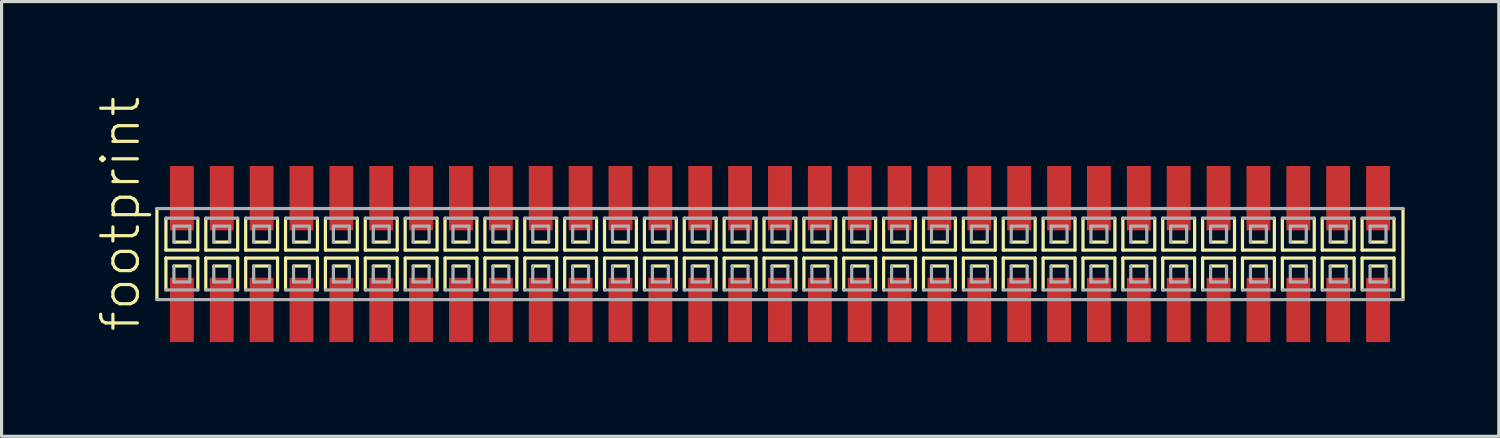
<source format=kicad_pcb>
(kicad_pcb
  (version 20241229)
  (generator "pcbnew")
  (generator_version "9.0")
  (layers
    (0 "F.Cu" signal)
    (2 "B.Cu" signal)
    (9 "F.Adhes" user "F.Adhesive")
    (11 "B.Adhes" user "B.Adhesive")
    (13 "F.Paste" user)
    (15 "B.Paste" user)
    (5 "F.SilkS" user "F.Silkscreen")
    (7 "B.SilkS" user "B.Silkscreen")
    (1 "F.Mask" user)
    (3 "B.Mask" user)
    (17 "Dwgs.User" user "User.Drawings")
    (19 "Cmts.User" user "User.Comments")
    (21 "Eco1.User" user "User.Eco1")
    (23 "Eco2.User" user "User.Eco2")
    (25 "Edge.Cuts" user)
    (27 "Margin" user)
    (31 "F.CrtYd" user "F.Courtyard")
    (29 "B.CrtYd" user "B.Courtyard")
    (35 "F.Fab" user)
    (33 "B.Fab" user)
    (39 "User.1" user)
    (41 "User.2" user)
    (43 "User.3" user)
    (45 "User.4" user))
  (footprint "footprint"
    (layer "F.Cu")
    (at 21.793 5.042)
    (property "Reference" "footprint" (at -20.32 2.54 90) (layer "F.SilkS") (effects (font (size 1.168 1.168) (thickness 0.102)) (justify left bottom)))
    (fp_line (start -19.845 -1.45) (end -19.845 1.45) (stroke (width 0.102) (type solid)) (layer "F.SilkS"))
    (fp_line (start -19.558 -1.143) (end -19.558 -0.127) (stroke (width 0.102) (type solid)) (layer "F.SilkS"))
    (fp_line (start -19.558 -0.127) (end -18.542 -0.127) (stroke (width 0.102) (type solid)) (layer "F.SilkS"))
    (fp_line (start -19.558 0.127) (end -19.558 1.143) (stroke (width 0.102) (type solid)) (layer "F.SilkS"))
    (fp_line (start -19.304 -0.381) (end -18.796 -0.381) (stroke (width 0.102) (type solid)) (layer "F.SilkS"))
    (fp_line (start -18.796 0.381) (end -19.304 0.381) (stroke (width 0.102) (type solid)) (layer "F.SilkS"))
    (fp_line (start -18.542 -0.127) (end -18.542 -1.143) (stroke (width 0.102) (type solid)) (layer "F.SilkS"))
    (fp_line (start -18.542 0.127) (end -19.558 0.127) (stroke (width 0.102) (type solid)) (layer "F.SilkS"))
    (fp_line (start -18.542 1.143) (end -18.542 0.127) (stroke (width 0.102) (type solid)) (layer "F.SilkS"))
    (fp_line (start -18.288 -1.143) (end -18.288 -0.127) (stroke (width 0.102) (type solid)) (layer "F.SilkS"))
    (fp_line (start -18.288 -0.127) (end -17.272 -0.127) (stroke (width 0.102) (type solid)) (layer "F.SilkS"))
    (fp_line (start -18.288 0.127) (end -18.288 1.143) (stroke (width 0.102) (type solid)) (layer "F.SilkS"))
    (fp_line (start -18.034 -0.381) (end -17.526 -0.381) (stroke (width 0.102) (type solid)) (layer "F.SilkS"))
    (fp_line (start -17.526 0.381) (end -18.034 0.381) (stroke (width 0.102) (type solid)) (layer "F.SilkS"))
    (fp_line (start -17.272 -0.127) (end -17.272 -1.143) (stroke (width 0.102) (type solid)) (layer "F.SilkS"))
    (fp_line (start -17.272 0.127) (end -18.288 0.127) (stroke (width 0.102) (type solid)) (layer "F.SilkS"))
    (fp_line (start -17.272 1.143) (end -17.272 0.127) (stroke (width 0.102) (type solid)) (layer "F.SilkS"))
    (fp_line (start -17.018 -1.143) (end -17.018 -0.127) (stroke (width 0.102) (type solid)) (layer "F.SilkS"))
    (fp_line (start -17.018 -0.127) (end -16.002 -0.127) (stroke (width 0.102) (type solid)) (layer "F.SilkS"))
    (fp_line (start -17.018 0.127) (end -17.018 1.143) (stroke (width 0.102) (type solid)) (layer "F.SilkS"))
    (fp_line (start -16.764 -0.381) (end -16.256 -0.381) (stroke (width 0.102) (type solid)) (layer "F.SilkS"))
    (fp_line (start -16.256 0.381) (end -16.764 0.381) (stroke (width 0.102) (type solid)) (layer "F.SilkS"))
    (fp_line (start -16.002 -0.127) (end -16.002 -1.143) (stroke (width 0.102) (type solid)) (layer "F.SilkS"))
    (fp_line (start -16.002 0.127) (end -17.018 0.127) (stroke (width 0.102) (type solid)) (layer "F.SilkS"))
    (fp_line (start -16.002 1.143) (end -16.002 0.127) (stroke (width 0.102) (type solid)) (layer "F.SilkS"))
    (fp_line (start -15.748 -1.143) (end -15.748 -0.127) (stroke (width 0.102) (type solid)) (layer "F.SilkS"))
    (fp_line (start -15.748 -0.127) (end -14.732 -0.127) (stroke (width 0.102) (type solid)) (layer "F.SilkS"))
    (fp_line (start -15.748 0.127) (end -15.748 1.143) (stroke (width 0.102) (type solid)) (layer "F.SilkS"))
    (fp_line (start -15.494 -0.381) (end -14.986 -0.381) (stroke (width 0.102) (type solid)) (layer "F.SilkS"))
    (fp_line (start -14.986 0.381) (end -15.494 0.381) (stroke (width 0.102) (type solid)) (layer "F.SilkS"))
    (fp_line (start -14.732 -0.127) (end -14.732 -1.143) (stroke (width 0.102) (type solid)) (layer "F.SilkS"))
    (fp_line (start -14.732 0.127) (end -15.748 0.127) (stroke (width 0.102) (type solid)) (layer "F.SilkS"))
    (fp_line (start -14.732 1.143) (end -14.732 0.127) (stroke (width 0.102) (type solid)) (layer "F.SilkS"))
    (fp_line (start -14.478 -1.143) (end -14.478 -0.127) (stroke (width 0.102) (type solid)) (layer "F.SilkS"))
    (fp_line (start -14.478 -0.127) (end -13.462 -0.127) (stroke (width 0.102) (type solid)) (layer "F.SilkS"))
    (fp_line (start -14.478 0.127) (end -14.478 1.143) (stroke (width 0.102) (type solid)) (layer "F.SilkS"))
    (fp_line (start -14.224 -0.381) (end -13.716 -0.381) (stroke (width 0.102) (type solid)) (layer "F.SilkS"))
    (fp_line (start -13.716 0.381) (end -14.224 0.381) (stroke (width 0.102) (type solid)) (layer "F.SilkS"))
    (fp_line (start -13.462 -0.127) (end -13.462 -1.143) (stroke (width 0.102) (type solid)) (layer "F.SilkS"))
    (fp_line (start -13.462 0.127) (end -14.478 0.127) (stroke (width 0.102) (type solid)) (layer "F.SilkS"))
    (fp_line (start -13.462 1.143) (end -13.462 0.127) (stroke (width 0.102) (type solid)) (layer "F.SilkS"))
    (fp_line (start -13.208 -1.143) (end -13.208 -0.127) (stroke (width 0.102) (type solid)) (layer "F.SilkS"))
    (fp_line (start -13.208 -0.127) (end -12.192 -0.127) (stroke (width 0.102) (type solid)) (layer "F.SilkS"))
    (fp_line (start -13.208 0.127) (end -13.208 1.143) (stroke (width 0.102) (type solid)) (layer "F.SilkS"))
    (fp_line (start -12.954 -0.381) (end -12.446 -0.381) (stroke (width 0.102) (type solid)) (layer "F.SilkS"))
    (fp_line (start -12.446 0.381) (end -12.954 0.381) (stroke (width 0.102) (type solid)) (layer "F.SilkS"))
    (fp_line (start -12.192 -0.127) (end -12.192 -1.143) (stroke (width 0.102) (type solid)) (layer "F.SilkS"))
    (fp_line (start -12.192 0.127) (end -13.208 0.127) (stroke (width 0.102) (type solid)) (layer "F.SilkS"))
    (fp_line (start -12.192 1.143) (end -12.192 0.127) (stroke (width 0.102) (type solid)) (layer "F.SilkS"))
    (fp_line (start -11.938 -1.143) (end -11.938 -0.127) (stroke (width 0.102) (type solid)) (layer "F.SilkS"))
    (fp_line (start -11.938 -0.127) (end -10.922 -0.127) (stroke (width 0.102) (type solid)) (layer "F.SilkS"))
    (fp_line (start -11.938 0.127) (end -11.938 1.143) (stroke (width 0.102) (type solid)) (layer "F.SilkS"))
    (fp_line (start -11.684 -0.381) (end -11.176 -0.381) (stroke (width 0.102) (type solid)) (layer "F.SilkS"))
    (fp_line (start -11.176 0.381) (end -11.684 0.381) (stroke (width 0.102) (type solid)) (layer "F.SilkS"))
    (fp_line (start -10.922 -0.127) (end -10.922 -1.143) (stroke (width 0.102) (type solid)) (layer "F.SilkS"))
    (fp_line (start -10.922 0.127) (end -11.938 0.127) (stroke (width 0.102) (type solid)) (layer "F.SilkS"))
    (fp_line (start -10.922 1.143) (end -10.922 0.127) (stroke (width 0.102) (type solid)) (layer "F.SilkS"))
    (fp_line (start -10.668 -1.143) (end -10.668 -0.127) (stroke (width 0.102) (type solid)) (layer "F.SilkS"))
    (fp_line (start -10.668 -0.127) (end -9.652 -0.127) (stroke (width 0.102) (type solid)) (layer "F.SilkS"))
    (fp_line (start -10.668 0.127) (end -10.668 1.143) (stroke (width 0.102) (type solid)) (layer "F.SilkS"))
    (fp_line (start -10.414 -0.381) (end -9.906 -0.381) (stroke (width 0.102) (type solid)) (layer "F.SilkS"))
    (fp_line (start -9.906 0.381) (end -10.414 0.381) (stroke (width 0.102) (type solid)) (layer "F.SilkS"))
    (fp_line (start -9.652 -0.127) (end -9.652 -1.143) (stroke (width 0.102) (type solid)) (layer "F.SilkS"))
    (fp_line (start -9.652 0.127) (end -10.668 0.127) (stroke (width 0.102) (type solid)) (layer "F.SilkS"))
    (fp_line (start -9.652 1.143) (end -9.652 0.127) (stroke (width 0.102) (type solid)) (layer "F.SilkS"))
    (fp_line (start -9.398 -1.143) (end -9.398 -0.127) (stroke (width 0.102) (type solid)) (layer "F.SilkS"))
    (fp_line (start -9.398 -0.127) (end -8.382 -0.127) (stroke (width 0.102) (type solid)) (layer "F.SilkS"))
    (fp_line (start -9.398 0.127) (end -9.398 1.143) (stroke (width 0.102) (type solid)) (layer "F.SilkS"))
    (fp_line (start -9.144 -0.381) (end -8.636 -0.381) (stroke (width 0.102) (type solid)) (layer "F.SilkS"))
    (fp_line (start -8.636 0.381) (end -9.144 0.381) (stroke (width 0.102) (type solid)) (layer "F.SilkS"))
    (fp_line (start -8.382 -0.127) (end -8.382 -1.143) (stroke (width 0.102) (type solid)) (layer "F.SilkS"))
    (fp_line (start -8.382 0.127) (end -9.398 0.127) (stroke (width 0.102) (type solid)) (layer "F.SilkS"))
    (fp_line (start -8.382 1.143) (end -8.382 0.127) (stroke (width 0.102) (type solid)) (layer "F.SilkS"))
    (fp_line (start -8.128 -1.143) (end -8.128 -0.127) (stroke (width 0.102) (type solid)) (layer "F.SilkS"))
    (fp_line (start -8.128 -0.127) (end -7.112 -0.127) (stroke (width 0.102) (type solid)) (layer "F.SilkS"))
    (fp_line (start -8.128 0.127) (end -8.128 1.143) (stroke (width 0.102) (type solid)) (layer "F.SilkS"))
    (fp_line (start -7.874 -0.381) (end -7.366 -0.381) (stroke (width 0.102) (type solid)) (layer "F.SilkS"))
    (fp_line (start -7.366 0.381) (end -7.874 0.381) (stroke (width 0.102) (type solid)) (layer "F.SilkS"))
    (fp_line (start -7.112 -0.127) (end -7.112 -1.143) (stroke (width 0.102) (type solid)) (layer "F.SilkS"))
    (fp_line (start -7.112 0.127) (end -8.128 0.127) (stroke (width 0.102) (type solid)) (layer "F.SilkS"))
    (fp_line (start -7.112 1.143) (end -7.112 0.127) (stroke (width 0.102) (type solid)) (layer "F.SilkS"))
    (fp_line (start -6.858 -1.143) (end -6.858 -0.127) (stroke (width 0.102) (type solid)) (layer "F.SilkS"))
    (fp_line (start -6.858 -0.127) (end -5.842 -0.127) (stroke (width 0.102) (type solid)) (layer "F.SilkS"))
    (fp_line (start -6.858 0.127) (end -6.858 1.143) (stroke (width 0.102) (type solid)) (layer "F.SilkS"))
    (fp_line (start -6.604 -0.381) (end -6.096 -0.381) (stroke (width 0.102) (type solid)) (layer "F.SilkS"))
    (fp_line (start -6.096 0.381) (end -6.604 0.381) (stroke (width 0.102) (type solid)) (layer "F.SilkS"))
    (fp_line (start -5.842 -0.127) (end -5.842 -1.143) (stroke (width 0.102) (type solid)) (layer "F.SilkS"))
    (fp_line (start -5.842 0.127) (end -6.858 0.127) (stroke (width 0.102) (type solid)) (layer "F.SilkS"))
    (fp_line (start -5.842 1.143) (end -5.842 0.127) (stroke (width 0.102) (type solid)) (layer "F.SilkS"))
    (fp_line (start -5.588 -1.143) (end -5.588 -0.127) (stroke (width 0.102) (type solid)) (layer "F.SilkS"))
    (fp_line (start -5.588 -0.127) (end -4.572 -0.127) (stroke (width 0.102) (type solid)) (layer "F.SilkS"))
    (fp_line (start -5.588 0.127) (end -5.588 1.143) (stroke (width 0.102) (type solid)) (layer "F.SilkS"))
    (fp_line (start -5.334 -0.381) (end -4.826 -0.381) (stroke (width 0.102) (type solid)) (layer "F.SilkS"))
    (fp_line (start -4.826 0.381) (end -5.334 0.381) (stroke (width 0.102) (type solid)) (layer "F.SilkS"))
    (fp_line (start -4.572 -0.127) (end -4.572 -1.143) (stroke (width 0.102) (type solid)) (layer "F.SilkS"))
    (fp_line (start -4.572 0.127) (end -5.588 0.127) (stroke (width 0.102) (type solid)) (layer "F.SilkS"))
    (fp_line (start -4.572 1.143) (end -4.572 0.127) (stroke (width 0.102) (type solid)) (layer "F.SilkS"))
    (fp_line (start -4.318 -1.143) (end -4.318 -0.127) (stroke (width 0.102) (type solid)) (layer "F.SilkS"))
    (fp_line (start -4.318 -0.127) (end -3.302 -0.127) (stroke (width 0.102) (type solid)) (layer "F.SilkS"))
    (fp_line (start -4.318 0.127) (end -4.318 1.143) (stroke (width 0.102) (type solid)) (layer "F.SilkS"))
    (fp_line (start -4.064 -0.381) (end -3.556 -0.381) (stroke (width 0.102) (type solid)) (layer "F.SilkS"))
    (fp_line (start -3.556 0.381) (end -4.064 0.381) (stroke (width 0.102) (type solid)) (layer "F.SilkS"))
    (fp_line (start -3.302 -0.127) (end -3.302 -1.143) (stroke (width 0.102) (type solid)) (layer "F.SilkS"))
    (fp_line (start -3.302 0.127) (end -4.318 0.127) (stroke (width 0.102) (type solid)) (layer "F.SilkS"))
    (fp_line (start -3.302 1.143) (end -3.302 0.127) (stroke (width 0.102) (type solid)) (layer "F.SilkS"))
    (fp_line (start -3.048 -1.143) (end -3.048 -0.127) (stroke (width 0.102) (type solid)) (layer "F.SilkS"))
    (fp_line (start -3.048 -0.127) (end -2.032 -0.127) (stroke (width 0.102) (type solid)) (layer "F.SilkS"))
    (fp_line (start -3.048 0.127) (end -3.048 1.143) (stroke (width 0.102) (type solid)) (layer "F.SilkS"))
    (fp_line (start -2.794 -0.381) (end -2.286 -0.381) (stroke (width 0.102) (type solid)) (layer "F.SilkS"))
    (fp_line (start -2.286 0.381) (end -2.794 0.381) (stroke (width 0.102) (type solid)) (layer "F.SilkS"))
    (fp_line (start -2.032 -0.127) (end -2.032 -1.143) (stroke (width 0.102) (type solid)) (layer "F.SilkS"))
    (fp_line (start -2.032 0.127) (end -3.048 0.127) (stroke (width 0.102) (type solid)) (layer "F.SilkS"))
    (fp_line (start -2.032 1.143) (end -2.032 0.127) (stroke (width 0.102) (type solid)) (layer "F.SilkS"))
    (fp_line (start -1.778 -1.143) (end -1.778 -0.127) (stroke (width 0.102) (type solid)) (layer "F.SilkS"))
    (fp_line (start -1.778 -0.127) (end -0.762 -0.127) (stroke (width 0.102) (type solid)) (layer "F.SilkS"))
    (fp_line (start -1.778 0.127) (end -1.778 1.143) (stroke (width 0.102) (type solid)) (layer "F.SilkS"))
    (fp_line (start -1.524 -0.381) (end -1.016 -0.381) (stroke (width 0.102) (type solid)) (layer "F.SilkS"))
    (fp_line (start -1.016 0.381) (end -1.524 0.381) (stroke (width 0.102) (type solid)) (layer "F.SilkS"))
    (fp_line (start -0.762 -0.127) (end -0.762 -1.143) (stroke (width 0.102) (type solid)) (layer "F.SilkS"))
    (fp_line (start -0.762 0.127) (end -1.778 0.127) (stroke (width 0.102) (type solid)) (layer "F.SilkS"))
    (fp_line (start -0.762 1.143) (end -0.762 0.127) (stroke (width 0.102) (type solid)) (layer "F.SilkS"))
    (fp_line (start -0.508 -1.143) (end -0.508 -0.127) (stroke (width 0.102) (type solid)) (layer "F.SilkS"))
    (fp_line (start -0.508 -0.127) (end 0.508 -0.127) (stroke (width 0.102) (type solid)) (layer "F.SilkS"))
    (fp_line (start -0.508 0.127) (end -0.508 1.143) (stroke (width 0.102) (type solid)) (layer "F.SilkS"))
    (fp_line (start -0.254 -0.381) (end 0.254 -0.381) (stroke (width 0.102) (type solid)) (layer "F.SilkS"))
    (fp_line (start 0.254 0.381) (end -0.254 0.381) (stroke (width 0.102) (type solid)) (layer "F.SilkS"))
    (fp_line (start 0.508 -0.127) (end 0.508 -1.143) (stroke (width 0.102) (type solid)) (layer "F.SilkS"))
    (fp_line (start 0.508 0.127) (end -0.508 0.127) (stroke (width 0.102) (type solid)) (layer "F.SilkS"))
    (fp_line (start 0.508 1.143) (end 0.508 0.127) (stroke (width 0.102) (type solid)) (layer "F.SilkS"))
    (fp_line (start 0.762 -1.143) (end 0.762 -0.127) (stroke (width 0.102) (type solid)) (layer "F.SilkS"))
    (fp_line (start 0.762 -0.127) (end 1.778 -0.127) (stroke (width 0.102) (type solid)) (layer "F.SilkS"))
    (fp_line (start 0.762 0.127) (end 0.762 1.143) (stroke (width 0.102) (type solid)) (layer "F.SilkS"))
    (fp_line (start 1.016 -0.381) (end 1.524 -0.381) (stroke (width 0.102) (type solid)) (layer "F.SilkS"))
    (fp_line (start 1.524 0.381) (end 1.016 0.381) (stroke (width 0.102) (type solid)) (layer "F.SilkS"))
    (fp_line (start 1.778 -0.127) (end 1.778 -1.143) (stroke (width 0.102) (type solid)) (layer "F.SilkS"))
    (fp_line (start 1.778 0.127) (end 0.762 0.127) (stroke (width 0.102) (type solid)) (layer "F.SilkS"))
    (fp_line (start 1.778 1.143) (end 1.778 0.127) (stroke (width 0.102) (type solid)) (layer "F.SilkS"))
    (fp_line (start 2.032 -1.143) (end 2.032 -0.127) (stroke (width 0.102) (type solid)) (layer "F.SilkS"))
    (fp_line (start 2.032 -0.127) (end 3.048 -0.127) (stroke (width 0.102) (type solid)) (layer "F.SilkS"))
    (fp_line (start 2.032 0.127) (end 2.032 1.143) (stroke (width 0.102) (type solid)) (layer "F.SilkS"))
    (fp_line (start 2.286 -0.381) (end 2.794 -0.381) (stroke (width 0.102) (type solid)) (layer "F.SilkS"))
    (fp_line (start 2.794 0.381) (end 2.286 0.381) (stroke (width 0.102) (type solid)) (layer "F.SilkS"))
    (fp_line (start 3.048 -0.127) (end 3.048 -1.143) (stroke (width 0.102) (type solid)) (layer "F.SilkS"))
    (fp_line (start 3.048 0.127) (end 2.032 0.127) (stroke (width 0.102) (type solid)) (layer "F.SilkS"))
    (fp_line (start 3.048 1.143) (end 3.048 0.127) (stroke (width 0.102) (type solid)) (layer "F.SilkS"))
    (fp_line (start 3.302 -1.143) (end 3.302 -0.127) (stroke (width 0.102) (type solid)) (layer "F.SilkS"))
    (fp_line (start 3.302 -0.127) (end 4.318 -0.127) (stroke (width 0.102) (type solid)) (layer "F.SilkS"))
    (fp_line (start 3.302 0.127) (end 3.302 1.143) (stroke (width 0.102) (type solid)) (layer "F.SilkS"))
    (fp_line (start 3.556 -0.381) (end 4.064 -0.381) (stroke (width 0.102) (type solid)) (layer "F.SilkS"))
    (fp_line (start 4.064 0.381) (end 3.556 0.381) (stroke (width 0.102) (type solid)) (layer "F.SilkS"))
    (fp_line (start 4.318 -0.127) (end 4.318 -1.143) (stroke (width 0.102) (type solid)) (layer "F.SilkS"))
    (fp_line (start 4.318 0.127) (end 3.302 0.127) (stroke (width 0.102) (type solid)) (layer "F.SilkS"))
    (fp_line (start 4.318 1.143) (end 4.318 0.127) (stroke (width 0.102) (type solid)) (layer "F.SilkS"))
    (fp_line (start 4.572 -1.143) (end 4.572 -0.127) (stroke (width 0.102) (type solid)) (layer "F.SilkS"))
    (fp_line (start 4.572 -0.127) (end 5.588 -0.127) (stroke (width 0.102) (type solid)) (layer "F.SilkS"))
    (fp_line (start 4.572 0.127) (end 4.572 1.143) (stroke (width 0.102) (type solid)) (layer "F.SilkS"))
    (fp_line (start 4.826 -0.381) (end 5.334 -0.381) (stroke (width 0.102) (type solid)) (layer "F.SilkS"))
    (fp_line (start 5.334 0.381) (end 4.826 0.381) (stroke (width 0.102) (type solid)) (layer "F.SilkS"))
    (fp_line (start 5.588 -0.127) (end 5.588 -1.143) (stroke (width 0.102) (type solid)) (layer "F.SilkS"))
    (fp_line (start 5.588 0.127) (end 4.572 0.127) (stroke (width 0.102) (type solid)) (layer "F.SilkS"))
    (fp_line (start 5.588 1.143) (end 5.588 0.127) (stroke (width 0.102) (type solid)) (layer "F.SilkS"))
    (fp_line (start 5.842 -1.143) (end 5.842 -0.127) (stroke (width 0.102) (type solid)) (layer "F.SilkS"))
    (fp_line (start 5.842 -0.127) (end 6.858 -0.127) (stroke (width 0.102) (type solid)) (layer "F.SilkS"))
    (fp_line (start 5.842 0.127) (end 5.842 1.143) (stroke (width 0.102) (type solid)) (layer "F.SilkS"))
    (fp_line (start 6.096 -0.381) (end 6.604 -0.381) (stroke (width 0.102) (type solid)) (layer "F.SilkS"))
    (fp_line (start 6.604 0.381) (end 6.096 0.381) (stroke (width 0.102) (type solid)) (layer "F.SilkS"))
    (fp_line (start 6.858 -0.127) (end 6.858 -1.143) (stroke (width 0.102) (type solid)) (layer "F.SilkS"))
    (fp_line (start 6.858 0.127) (end 5.842 0.127) (stroke (width 0.102) (type solid)) (layer "F.SilkS"))
    (fp_line (start 6.858 1.143) (end 6.858 0.127) (stroke (width 0.102) (type solid)) (layer "F.SilkS"))
    (fp_line (start 7.112 -1.143) (end 7.112 -0.127) (stroke (width 0.102) (type solid)) (layer "F.SilkS"))
    (fp_line (start 7.112 -0.127) (end 8.128 -0.127) (stroke (width 0.102) (type solid)) (layer "F.SilkS"))
    (fp_line (start 7.112 0.127) (end 7.112 1.143) (stroke (width 0.102) (type solid)) (layer "F.SilkS"))
    (fp_line (start 7.366 -0.381) (end 7.874 -0.381) (stroke (width 0.102) (type solid)) (layer "F.SilkS"))
    (fp_line (start 7.874 0.381) (end 7.366 0.381) (stroke (width 0.102) (type solid)) (layer "F.SilkS"))
    (fp_line (start 8.128 -0.127) (end 8.128 -1.143) (stroke (width 0.102) (type solid)) (layer "F.SilkS"))
    (fp_line (start 8.128 0.127) (end 7.112 0.127) (stroke (width 0.102) (type solid)) (layer "F.SilkS"))
    (fp_line (start 8.128 1.143) (end 8.128 0.127) (stroke (width 0.102) (type solid)) (layer "F.SilkS"))
    (fp_line (start 8.382 -1.143) (end 8.382 -0.127) (stroke (width 0.102) (type solid)) (layer "F.SilkS"))
    (fp_line (start 8.382 -0.127) (end 9.398 -0.127) (stroke (width 0.102) (type solid)) (layer "F.SilkS"))
    (fp_line (start 8.382 0.127) (end 8.382 1.143) (stroke (width 0.102) (type solid)) (layer "F.SilkS"))
    (fp_line (start 8.636 -0.381) (end 9.144 -0.381) (stroke (width 0.102) (type solid)) (layer "F.SilkS"))
    (fp_line (start 9.144 0.381) (end 8.636 0.381) (stroke (width 0.102) (type solid)) (layer "F.SilkS"))
    (fp_line (start 9.398 -0.127) (end 9.398 -1.143) (stroke (width 0.102) (type solid)) (layer "F.SilkS"))
    (fp_line (start 9.398 0.127) (end 8.382 0.127) (stroke (width 0.102) (type solid)) (layer "F.SilkS"))
    (fp_line (start 9.398 1.143) (end 9.398 0.127) (stroke (width 0.102) (type solid)) (layer "F.SilkS"))
    (fp_line (start 9.652 -1.143) (end 9.652 -0.127) (stroke (width 0.102) (type solid)) (layer "F.SilkS"))
    (fp_line (start 9.652 -0.127) (end 10.668 -0.127) (stroke (width 0.102) (type solid)) (layer "F.SilkS"))
    (fp_line (start 9.652 0.127) (end 9.652 1.143) (stroke (width 0.102) (type solid)) (layer "F.SilkS"))
    (fp_line (start 9.906 -0.381) (end 10.414 -0.381) (stroke (width 0.102) (type solid)) (layer "F.SilkS"))
    (fp_line (start 10.414 0.381) (end 9.906 0.381) (stroke (width 0.102) (type solid)) (layer "F.SilkS"))
    (fp_line (start 10.668 -0.127) (end 10.668 -1.143) (stroke (width 0.102) (type solid)) (layer "F.SilkS"))
    (fp_line (start 10.668 0.127) (end 9.652 0.127) (stroke (width 0.102) (type solid)) (layer "F.SilkS"))
    (fp_line (start 10.668 1.143) (end 10.668 0.127) (stroke (width 0.102) (type solid)) (layer "F.SilkS"))
    (fp_line (start 10.922 -1.143) (end 10.922 -0.127) (stroke (width 0.102) (type solid)) (layer "F.SilkS"))
    (fp_line (start 10.922 -0.127) (end 11.938 -0.127) (stroke (width 0.102) (type solid)) (layer "F.SilkS"))
    (fp_line (start 10.922 0.127) (end 10.922 1.143) (stroke (width 0.102) (type solid)) (layer "F.SilkS"))
    (fp_line (start 11.176 -0.381) (end 11.684 -0.381) (stroke (width 0.102) (type solid)) (layer "F.SilkS"))
    (fp_line (start 11.684 0.381) (end 11.176 0.381) (stroke (width 0.102) (type solid)) (layer "F.SilkS"))
    (fp_line (start 11.938 -0.127) (end 11.938 -1.143) (stroke (width 0.102) (type solid)) (layer "F.SilkS"))
    (fp_line (start 11.938 0.127) (end 10.922 0.127) (stroke (width 0.102) (type solid)) (layer "F.SilkS"))
    (fp_line (start 11.938 1.143) (end 11.938 0.127) (stroke (width 0.102) (type solid)) (layer "F.SilkS"))
    (fp_line (start 12.192 -1.143) (end 12.192 -0.127) (stroke (width 0.102) (type solid)) (layer "F.SilkS"))
    (fp_line (start 12.192 -0.127) (end 13.208 -0.127) (stroke (width 0.102) (type solid)) (layer "F.SilkS"))
    (fp_line (start 12.192 0.127) (end 12.192 1.143) (stroke (width 0.102) (type solid)) (layer "F.SilkS"))
    (fp_line (start 12.446 -0.381) (end 12.954 -0.381) (stroke (width 0.102) (type solid)) (layer "F.SilkS"))
    (fp_line (start 12.954 0.381) (end 12.446 0.381) (stroke (width 0.102) (type solid)) (layer "F.SilkS"))
    (fp_line (start 13.208 -0.127) (end 13.208 -1.143) (stroke (width 0.102) (type solid)) (layer "F.SilkS"))
    (fp_line (start 13.208 0.127) (end 12.192 0.127) (stroke (width 0.102) (type solid)) (layer "F.SilkS"))
    (fp_line (start 13.208 1.143) (end 13.208 0.127) (stroke (width 0.102) (type solid)) (layer "F.SilkS"))
    (fp_line (start 13.462 -1.143) (end 13.462 -0.127) (stroke (width 0.102) (type solid)) (layer "F.SilkS"))
    (fp_line (start 13.462 -0.127) (end 14.478 -0.127) (stroke (width 0.102) (type solid)) (layer "F.SilkS"))
    (fp_line (start 13.462 0.127) (end 13.462 1.143) (stroke (width 0.102) (type solid)) (layer "F.SilkS"))
    (fp_line (start 13.716 -0.381) (end 14.224 -0.381) (stroke (width 0.102) (type solid)) (layer "F.SilkS"))
    (fp_line (start 14.224 0.381) (end 13.716 0.381) (stroke (width 0.102) (type solid)) (layer "F.SilkS"))
    (fp_line (start 14.478 -0.127) (end 14.478 -1.143) (stroke (width 0.102) (type solid)) (layer "F.SilkS"))
    (fp_line (start 14.478 0.127) (end 13.462 0.127) (stroke (width 0.102) (type solid)) (layer "F.SilkS"))
    (fp_line (start 14.478 1.143) (end 14.478 0.127) (stroke (width 0.102) (type solid)) (layer "F.SilkS"))
    (fp_line (start 14.732 -1.143) (end 14.732 -0.127) (stroke (width 0.102) (type solid)) (layer "F.SilkS"))
    (fp_line (start 14.732 -0.127) (end 15.748 -0.127) (stroke (width 0.102) (type solid)) (layer "F.SilkS"))
    (fp_line (start 14.732 0.127) (end 14.732 1.143) (stroke (width 0.102) (type solid)) (layer "F.SilkS"))
    (fp_line (start 14.986 -0.381) (end 15.494 -0.381) (stroke (width 0.102) (type solid)) (layer "F.SilkS"))
    (fp_line (start 15.494 0.381) (end 14.986 0.381) (stroke (width 0.102) (type solid)) (layer "F.SilkS"))
    (fp_line (start 15.748 -0.127) (end 15.748 -1.143) (stroke (width 0.102) (type solid)) (layer "F.SilkS"))
    (fp_line (start 15.748 0.127) (end 14.732 0.127) (stroke (width 0.102) (type solid)) (layer "F.SilkS"))
    (fp_line (start 15.748 1.143) (end 15.748 0.127) (stroke (width 0.102) (type solid)) (layer "F.SilkS"))
    (fp_line (start 16.002 -1.143) (end 16.002 -0.127) (stroke (width 0.102) (type solid)) (layer "F.SilkS"))
    (fp_line (start 16.002 -0.127) (end 17.018 -0.127) (stroke (width 0.102) (type solid)) (layer "F.SilkS"))
    (fp_line (start 16.002 0.127) (end 16.002 1.143) (stroke (width 0.102) (type solid)) (layer "F.SilkS"))
    (fp_line (start 16.256 -0.381) (end 16.764 -0.381) (stroke (width 0.102) (type solid)) (layer "F.SilkS"))
    (fp_line (start 16.764 0.381) (end 16.256 0.381) (stroke (width 0.102) (type solid)) (layer "F.SilkS"))
    (fp_line (start 17.018 -0.127) (end 17.018 -1.143) (stroke (width 0.102) (type solid)) (layer "F.SilkS"))
    (fp_line (start 17.018 0.127) (end 16.002 0.127) (stroke (width 0.102) (type solid)) (layer "F.SilkS"))
    (fp_line (start 17.018 1.143) (end 17.018 0.127) (stroke (width 0.102) (type solid)) (layer "F.SilkS"))
    (fp_line (start 17.272 -1.143) (end 17.272 -0.127) (stroke (width 0.102) (type solid)) (layer "F.SilkS"))
    (fp_line (start 17.272 -0.127) (end 18.288 -0.127) (stroke (width 0.102) (type solid)) (layer "F.SilkS"))
    (fp_line (start 17.272 0.127) (end 17.272 1.143) (stroke (width 0.102) (type solid)) (layer "F.SilkS"))
    (fp_line (start 17.526 -0.381) (end 18.034 -0.381) (stroke (width 0.102) (type solid)) (layer "F.SilkS"))
    (fp_line (start 18.034 0.381) (end 17.526 0.381) (stroke (width 0.102) (type solid)) (layer "F.SilkS"))
    (fp_line (start 18.288 -0.127) (end 18.288 -1.143) (stroke (width 0.102) (type solid)) (layer "F.SilkS"))
    (fp_line (start 18.288 0.127) (end 17.272 0.127) (stroke (width 0.102) (type solid)) (layer "F.SilkS"))
    (fp_line (start 18.288 1.143) (end 18.288 0.127) (stroke (width 0.102) (type solid)) (layer "F.SilkS"))
    (fp_line (start 18.542 -1.143) (end 18.542 -0.127) (stroke (width 0.102) (type solid)) (layer "F.SilkS"))
    (fp_line (start 18.542 -0.127) (end 19.558 -0.127) (stroke (width 0.102) (type solid)) (layer "F.SilkS"))
    (fp_line (start 18.542 0.127) (end 18.542 1.143) (stroke (width 0.102) (type solid)) (layer "F.SilkS"))
    (fp_line (start 18.796 -0.381) (end 19.304 -0.381) (stroke (width 0.102) (type solid)) (layer "F.SilkS"))
    (fp_line (start 19.304 0.381) (end 18.796 0.381) (stroke (width 0.102) (type solid)) (layer "F.SilkS"))
    (fp_line (start 19.558 -0.127) (end 19.558 -1.143) (stroke (width 0.102) (type solid)) (layer "F.SilkS"))
    (fp_line (start 19.558 0.127) (end 18.542 0.127) (stroke (width 0.102) (type solid)) (layer "F.SilkS"))
    (fp_line (start 19.558 1.143) (end 19.558 0.127) (stroke (width 0.102) (type solid)) (layer "F.SilkS"))
    (fp_line (start 19.845 1.45) (end 19.845 -1.45) (stroke (width 0.102) (type solid)) (layer "F.SilkS"))
    (fp_line (start -19.845 1.45) (end 19.845 1.45) (stroke (width 0.102) (type solid)) (layer "F.Fab"))
    (fp_line (start -19.558 1.143) (end -18.542 1.143) (stroke (width 0.102) (type solid)) (layer "F.Fab"))
    (fp_line (start -19.304 -0.889) (end -19.304 -0.381) (stroke (width 0.102) (type solid)) (layer "F.Fab"))
    (fp_line (start -19.304 0.381) (end -19.304 0.889) (stroke (width 0.102) (type solid)) (layer "F.Fab"))
    (fp_line (start -19.304 0.889) (end -18.796 0.889) (stroke (width 0.102) (type solid)) (layer "F.Fab"))
    (fp_line (start -18.796 -0.889) (end -19.304 -0.889) (stroke (width 0.102) (type solid)) (layer "F.Fab"))
    (fp_line (start -18.796 -0.381) (end -18.796 -0.889) (stroke (width 0.102) (type solid)) (layer "F.Fab"))
    (fp_line (start -18.796 0.889) (end -18.796 0.381) (stroke (width 0.102) (type solid)) (layer "F.Fab"))
    (fp_line (start -18.542 -1.143) (end -19.558 -1.143) (stroke (width 0.102) (type solid)) (layer "F.Fab"))
    (fp_line (start -18.288 1.143) (end -17.272 1.143) (stroke (width 0.102) (type solid)) (layer "F.Fab"))
    (fp_line (start -18.034 -0.889) (end -18.034 -0.381) (stroke (width 0.102) (type solid)) (layer "F.Fab"))
    (fp_line (start -18.034 0.381) (end -18.034 0.889) (stroke (width 0.102) (type solid)) (layer "F.Fab"))
    (fp_line (start -18.034 0.889) (end -17.526 0.889) (stroke (width 0.102) (type solid)) (layer "F.Fab"))
    (fp_line (start -17.526 -0.889) (end -18.034 -0.889) (stroke (width 0.102) (type solid)) (layer "F.Fab"))
    (fp_line (start -17.526 -0.381) (end -17.526 -0.889) (stroke (width 0.102) (type solid)) (layer "F.Fab"))
    (fp_line (start -17.526 0.889) (end -17.526 0.381) (stroke (width 0.102) (type solid)) (layer "F.Fab"))
    (fp_line (start -17.272 -1.143) (end -18.288 -1.143) (stroke (width 0.102) (type solid)) (layer "F.Fab"))
    (fp_line (start -17.018 1.143) (end -16.002 1.143) (stroke (width 0.102) (type solid)) (layer "F.Fab"))
    (fp_line (start -16.764 -0.889) (end -16.764 -0.381) (stroke (width 0.102) (type solid)) (layer "F.Fab"))
    (fp_line (start -16.764 0.381) (end -16.764 0.889) (stroke (width 0.102) (type solid)) (layer "F.Fab"))
    (fp_line (start -16.764 0.889) (end -16.256 0.889) (stroke (width 0.102) (type solid)) (layer "F.Fab"))
    (fp_line (start -16.256 -0.889) (end -16.764 -0.889) (stroke (width 0.102) (type solid)) (layer "F.Fab"))
    (fp_line (start -16.256 -0.381) (end -16.256 -0.889) (stroke (width 0.102) (type solid)) (layer "F.Fab"))
    (fp_line (start -16.256 0.889) (end -16.256 0.381) (stroke (width 0.102) (type solid)) (layer "F.Fab"))
    (fp_line (start -16.002 -1.143) (end -17.018 -1.143) (stroke (width 0.102) (type solid)) (layer "F.Fab"))
    (fp_line (start -15.748 1.143) (end -14.732 1.143) (stroke (width 0.102) (type solid)) (layer "F.Fab"))
    (fp_line (start -15.494 -0.889) (end -15.494 -0.381) (stroke (width 0.102) (type solid)) (layer "F.Fab"))
    (fp_line (start -15.494 0.381) (end -15.494 0.889) (stroke (width 0.102) (type solid)) (layer "F.Fab"))
    (fp_line (start -15.494 0.889) (end -14.986 0.889) (stroke (width 0.102) (type solid)) (layer "F.Fab"))
    (fp_line (start -14.986 -0.889) (end -15.494 -0.889) (stroke (width 0.102) (type solid)) (layer "F.Fab"))
    (fp_line (start -14.986 -0.381) (end -14.986 -0.889) (stroke (width 0.102) (type solid)) (layer "F.Fab"))
    (fp_line (start -14.986 0.889) (end -14.986 0.381) (stroke (width 0.102) (type solid)) (layer "F.Fab"))
    (fp_line (start -14.732 -1.143) (end -15.748 -1.143) (stroke (width 0.102) (type solid)) (layer "F.Fab"))
    (fp_line (start -14.478 1.143) (end -13.462 1.143) (stroke (width 0.102) (type solid)) (layer "F.Fab"))
    (fp_line (start -14.224 -0.889) (end -14.224 -0.381) (stroke (width 0.102) (type solid)) (layer "F.Fab"))
    (fp_line (start -14.224 0.381) (end -14.224 0.889) (stroke (width 0.102) (type solid)) (layer "F.Fab"))
    (fp_line (start -14.224 0.889) (end -13.716 0.889) (stroke (width 0.102) (type solid)) (layer "F.Fab"))
    (fp_line (start -13.716 -0.889) (end -14.224 -0.889) (stroke (width 0.102) (type solid)) (layer "F.Fab"))
    (fp_line (start -13.716 -0.381) (end -13.716 -0.889) (stroke (width 0.102) (type solid)) (layer "F.Fab"))
    (fp_line (start -13.716 0.889) (end -13.716 0.381) (stroke (width 0.102) (type solid)) (layer "F.Fab"))
    (fp_line (start -13.462 -1.143) (end -14.478 -1.143) (stroke (width 0.102) (type solid)) (layer "F.Fab"))
    (fp_line (start -13.208 1.143) (end -12.192 1.143) (stroke (width 0.102) (type solid)) (layer "F.Fab"))
    (fp_line (start -12.954 -0.889) (end -12.954 -0.381) (stroke (width 0.102) (type solid)) (layer "F.Fab"))
    (fp_line (start -12.954 0.381) (end -12.954 0.889) (stroke (width 0.102) (type solid)) (layer "F.Fab"))
    (fp_line (start -12.954 0.889) (end -12.446 0.889) (stroke (width 0.102) (type solid)) (layer "F.Fab"))
    (fp_line (start -12.446 -0.889) (end -12.954 -0.889) (stroke (width 0.102) (type solid)) (layer "F.Fab"))
    (fp_line (start -12.446 -0.381) (end -12.446 -0.889) (stroke (width 0.102) (type solid)) (layer "F.Fab"))
    (fp_line (start -12.446 0.889) (end -12.446 0.381) (stroke (width 0.102) (type solid)) (layer "F.Fab"))
    (fp_line (start -12.192 -1.143) (end -13.208 -1.143) (stroke (width 0.102) (type solid)) (layer "F.Fab"))
    (fp_line (start -11.938 1.143) (end -10.922 1.143) (stroke (width 0.102) (type solid)) (layer "F.Fab"))
    (fp_line (start -11.684 -0.889) (end -11.684 -0.381) (stroke (width 0.102) (type solid)) (layer "F.Fab"))
    (fp_line (start -11.684 0.381) (end -11.684 0.889) (stroke (width 0.102) (type solid)) (layer "F.Fab"))
    (fp_line (start -11.684 0.889) (end -11.176 0.889) (stroke (width 0.102) (type solid)) (layer "F.Fab"))
    (fp_line (start -11.176 -0.889) (end -11.684 -0.889) (stroke (width 0.102) (type solid)) (layer "F.Fab"))
    (fp_line (start -11.176 -0.381) (end -11.176 -0.889) (stroke (width 0.102) (type solid)) (layer "F.Fab"))
    (fp_line (start -11.176 0.889) (end -11.176 0.381) (stroke (width 0.102) (type solid)) (layer "F.Fab"))
    (fp_line (start -10.922 -1.143) (end -11.938 -1.143) (stroke (width 0.102) (type solid)) (layer "F.Fab"))
    (fp_line (start -10.668 1.143) (end -9.652 1.143) (stroke (width 0.102) (type solid)) (layer "F.Fab"))
    (fp_line (start -10.414 -0.889) (end -10.414 -0.381) (stroke (width 0.102) (type solid)) (layer "F.Fab"))
    (fp_line (start -10.414 0.381) (end -10.414 0.889) (stroke (width 0.102) (type solid)) (layer "F.Fab"))
    (fp_line (start -10.414 0.889) (end -9.906 0.889) (stroke (width 0.102) (type solid)) (layer "F.Fab"))
    (fp_line (start -9.906 -0.889) (end -10.414 -0.889) (stroke (width 0.102) (type solid)) (layer "F.Fab"))
    (fp_line (start -9.906 -0.381) (end -9.906 -0.889) (stroke (width 0.102) (type solid)) (layer "F.Fab"))
    (fp_line (start -9.906 0.889) (end -9.906 0.381) (stroke (width 0.102) (type solid)) (layer "F.Fab"))
    (fp_line (start -9.652 -1.143) (end -10.668 -1.143) (stroke (width 0.102) (type solid)) (layer "F.Fab"))
    (fp_line (start -9.398 1.143) (end -8.382 1.143) (stroke (width 0.102) (type solid)) (layer "F.Fab"))
    (fp_line (start -9.144 -0.889) (end -9.144 -0.381) (stroke (width 0.102) (type solid)) (layer "F.Fab"))
    (fp_line (start -9.144 0.381) (end -9.144 0.889) (stroke (width 0.102) (type solid)) (layer "F.Fab"))
    (fp_line (start -9.144 0.889) (end -8.636 0.889) (stroke (width 0.102) (type solid)) (layer "F.Fab"))
    (fp_line (start -8.636 -0.889) (end -9.144 -0.889) (stroke (width 0.102) (type solid)) (layer "F.Fab"))
    (fp_line (start -8.636 -0.381) (end -8.636 -0.889) (stroke (width 0.102) (type solid)) (layer "F.Fab"))
    (fp_line (start -8.636 0.889) (end -8.636 0.381) (stroke (width 0.102) (type solid)) (layer "F.Fab"))
    (fp_line (start -8.382 -1.143) (end -9.398 -1.143) (stroke (width 0.102) (type solid)) (layer "F.Fab"))
    (fp_line (start -8.128 1.143) (end -7.112 1.143) (stroke (width 0.102) (type solid)) (layer "F.Fab"))
    (fp_line (start -7.874 -0.889) (end -7.874 -0.381) (stroke (width 0.102) (type solid)) (layer "F.Fab"))
    (fp_line (start -7.874 0.381) (end -7.874 0.889) (stroke (width 0.102) (type solid)) (layer "F.Fab"))
    (fp_line (start -7.874 0.889) (end -7.366 0.889) (stroke (width 0.102) (type solid)) (layer "F.Fab"))
    (fp_line (start -7.366 -0.889) (end -7.874 -0.889) (stroke (width 0.102) (type solid)) (layer "F.Fab"))
    (fp_line (start -7.366 -0.381) (end -7.366 -0.889) (stroke (width 0.102) (type solid)) (layer "F.Fab"))
    (fp_line (start -7.366 0.889) (end -7.366 0.381) (stroke (width 0.102) (type solid)) (layer "F.Fab"))
    (fp_line (start -7.112 -1.143) (end -8.128 -1.143) (stroke (width 0.102) (type solid)) (layer "F.Fab"))
    (fp_line (start -6.858 1.143) (end -5.842 1.143) (stroke (width 0.102) (type solid)) (layer "F.Fab"))
    (fp_line (start -6.604 -0.889) (end -6.604 -0.381) (stroke (width 0.102) (type solid)) (layer "F.Fab"))
    (fp_line (start -6.604 0.381) (end -6.604 0.889) (stroke (width 0.102) (type solid)) (layer "F.Fab"))
    (fp_line (start -6.604 0.889) (end -6.096 0.889) (stroke (width 0.102) (type solid)) (layer "F.Fab"))
    (fp_line (start -6.096 -0.889) (end -6.604 -0.889) (stroke (width 0.102) (type solid)) (layer "F.Fab"))
    (fp_line (start -6.096 -0.381) (end -6.096 -0.889) (stroke (width 0.102) (type solid)) (layer "F.Fab"))
    (fp_line (start -6.096 0.889) (end -6.096 0.381) (stroke (width 0.102) (type solid)) (layer "F.Fab"))
    (fp_line (start -5.842 -1.143) (end -6.858 -1.143) (stroke (width 0.102) (type solid)) (layer "F.Fab"))
    (fp_line (start -5.588 1.143) (end -4.572 1.143) (stroke (width 0.102) (type solid)) (layer "F.Fab"))
    (fp_line (start -5.334 -0.889) (end -5.334 -0.381) (stroke (width 0.102) (type solid)) (layer "F.Fab"))
    (fp_line (start -5.334 0.381) (end -5.334 0.889) (stroke (width 0.102) (type solid)) (layer "F.Fab"))
    (fp_line (start -5.334 0.889) (end -4.826 0.889) (stroke (width 0.102) (type solid)) (layer "F.Fab"))
    (fp_line (start -4.826 -0.889) (end -5.334 -0.889) (stroke (width 0.102) (type solid)) (layer "F.Fab"))
    (fp_line (start -4.826 -0.381) (end -4.826 -0.889) (stroke (width 0.102) (type solid)) (layer "F.Fab"))
    (fp_line (start -4.826 0.889) (end -4.826 0.381) (stroke (width 0.102) (type solid)) (layer "F.Fab"))
    (fp_line (start -4.572 -1.143) (end -5.588 -1.143) (stroke (width 0.102) (type solid)) (layer "F.Fab"))
    (fp_line (start -4.318 1.143) (end -3.302 1.143) (stroke (width 0.102) (type solid)) (layer "F.Fab"))
    (fp_line (start -4.064 -0.889) (end -4.064 -0.381) (stroke (width 0.102) (type solid)) (layer "F.Fab"))
    (fp_line (start -4.064 0.381) (end -4.064 0.889) (stroke (width 0.102) (type solid)) (layer "F.Fab"))
    (fp_line (start -4.064 0.889) (end -3.556 0.889) (stroke (width 0.102) (type solid)) (layer "F.Fab"))
    (fp_line (start -3.556 -0.889) (end -4.064 -0.889) (stroke (width 0.102) (type solid)) (layer "F.Fab"))
    (fp_line (start -3.556 -0.381) (end -3.556 -0.889) (stroke (width 0.102) (type solid)) (layer "F.Fab"))
    (fp_line (start -3.556 0.889) (end -3.556 0.381) (stroke (width 0.102) (type solid)) (layer "F.Fab"))
    (fp_line (start -3.302 -1.143) (end -4.318 -1.143) (stroke (width 0.102) (type solid)) (layer "F.Fab"))
    (fp_line (start -3.048 1.143) (end -2.032 1.143) (stroke (width 0.102) (type solid)) (layer "F.Fab"))
    (fp_line (start -2.794 -0.889) (end -2.794 -0.381) (stroke (width 0.102) (type solid)) (layer "F.Fab"))
    (fp_line (start -2.794 0.381) (end -2.794 0.889) (stroke (width 0.102) (type solid)) (layer "F.Fab"))
    (fp_line (start -2.794 0.889) (end -2.286 0.889) (stroke (width 0.102) (type solid)) (layer "F.Fab"))
    (fp_line (start -2.286 -0.889) (end -2.794 -0.889) (stroke (width 0.102) (type solid)) (layer "F.Fab"))
    (fp_line (start -2.286 -0.381) (end -2.286 -0.889) (stroke (width 0.102) (type solid)) (layer "F.Fab"))
    (fp_line (start -2.286 0.889) (end -2.286 0.381) (stroke (width 0.102) (type solid)) (layer "F.Fab"))
    (fp_line (start -2.032 -1.143) (end -3.048 -1.143) (stroke (width 0.102) (type solid)) (layer "F.Fab"))
    (fp_line (start -1.778 1.143) (end -0.762 1.143) (stroke (width 0.102) (type solid)) (layer "F.Fab"))
    (fp_line (start -1.524 -0.889) (end -1.524 -0.381) (stroke (width 0.102) (type solid)) (layer "F.Fab"))
    (fp_line (start -1.524 0.381) (end -1.524 0.889) (stroke (width 0.102) (type solid)) (layer "F.Fab"))
    (fp_line (start -1.524 0.889) (end -1.016 0.889) (stroke (width 0.102) (type solid)) (layer "F.Fab"))
    (fp_line (start -1.016 -0.889) (end -1.524 -0.889) (stroke (width 0.102) (type solid)) (layer "F.Fab"))
    (fp_line (start -1.016 -0.381) (end -1.016 -0.889) (stroke (width 0.102) (type solid)) (layer "F.Fab"))
    (fp_line (start -1.016 0.889) (end -1.016 0.381) (stroke (width 0.102) (type solid)) (layer "F.Fab"))
    (fp_line (start -0.762 -1.143) (end -1.778 -1.143) (stroke (width 0.102) (type solid)) (layer "F.Fab"))
    (fp_line (start -0.508 1.143) (end 0.508 1.143) (stroke (width 0.102) (type solid)) (layer "F.Fab"))
    (fp_line (start -0.254 -0.889) (end -0.254 -0.381) (stroke (width 0.102) (type solid)) (layer "F.Fab"))
    (fp_line (start -0.254 0.381) (end -0.254 0.889) (stroke (width 0.102) (type solid)) (layer "F.Fab"))
    (fp_line (start -0.254 0.889) (end 0.254 0.889) (stroke (width 0.102) (type solid)) (layer "F.Fab"))
    (fp_line (start 0.254 -0.889) (end -0.254 -0.889) (stroke (width 0.102) (type solid)) (layer "F.Fab"))
    (fp_line (start 0.254 -0.381) (end 0.254 -0.889) (stroke (width 0.102) (type solid)) (layer "F.Fab"))
    (fp_line (start 0.254 0.889) (end 0.254 0.381) (stroke (width 0.102) (type solid)) (layer "F.Fab"))
    (fp_line (start 0.508 -1.143) (end -0.508 -1.143) (stroke (width 0.102) (type solid)) (layer "F.Fab"))
    (fp_line (start 0.762 1.143) (end 1.778 1.143) (stroke (width 0.102) (type solid)) (layer "F.Fab"))
    (fp_line (start 1.016 -0.889) (end 1.016 -0.381) (stroke (width 0.102) (type solid)) (layer "F.Fab"))
    (fp_line (start 1.016 0.381) (end 1.016 0.889) (stroke (width 0.102) (type solid)) (layer "F.Fab"))
    (fp_line (start 1.016 0.889) (end 1.524 0.889) (stroke (width 0.102) (type solid)) (layer "F.Fab"))
    (fp_line (start 1.524 -0.889) (end 1.016 -0.889) (stroke (width 0.102) (type solid)) (layer "F.Fab"))
    (fp_line (start 1.524 -0.381) (end 1.524 -0.889) (stroke (width 0.102) (type solid)) (layer "F.Fab"))
    (fp_line (start 1.524 0.889) (end 1.524 0.381) (stroke (width 0.102) (type solid)) (layer "F.Fab"))
    (fp_line (start 1.778 -1.143) (end 0.762 -1.143) (stroke (width 0.102) (type solid)) (layer "F.Fab"))
    (fp_line (start 2.032 1.143) (end 3.048 1.143) (stroke (width 0.102) (type solid)) (layer "F.Fab"))
    (fp_line (start 2.286 -0.889) (end 2.286 -0.381) (stroke (width 0.102) (type solid)) (layer "F.Fab"))
    (fp_line (start 2.286 0.381) (end 2.286 0.889) (stroke (width 0.102) (type solid)) (layer "F.Fab"))
    (fp_line (start 2.286 0.889) (end 2.794 0.889) (stroke (width 0.102) (type solid)) (layer "F.Fab"))
    (fp_line (start 2.794 -0.889) (end 2.286 -0.889) (stroke (width 0.102) (type solid)) (layer "F.Fab"))
    (fp_line (start 2.794 -0.381) (end 2.794 -0.889) (stroke (width 0.102) (type solid)) (layer "F.Fab"))
    (fp_line (start 2.794 0.889) (end 2.794 0.381) (stroke (width 0.102) (type solid)) (layer "F.Fab"))
    (fp_line (start 3.048 -1.143) (end 2.032 -1.143) (stroke (width 0.102) (type solid)) (layer "F.Fab"))
    (fp_line (start 3.302 1.143) (end 4.318 1.143) (stroke (width 0.102) (type solid)) (layer "F.Fab"))
    (fp_line (start 3.556 -0.889) (end 3.556 -0.381) (stroke (width 0.102) (type solid)) (layer "F.Fab"))
    (fp_line (start 3.556 0.381) (end 3.556 0.889) (stroke (width 0.102) (type solid)) (layer "F.Fab"))
    (fp_line (start 3.556 0.889) (end 4.064 0.889) (stroke (width 0.102) (type solid)) (layer "F.Fab"))
    (fp_line (start 4.064 -0.889) (end 3.556 -0.889) (stroke (width 0.102) (type solid)) (layer "F.Fab"))
    (fp_line (start 4.064 -0.381) (end 4.064 -0.889) (stroke (width 0.102) (type solid)) (layer "F.Fab"))
    (fp_line (start 4.064 0.889) (end 4.064 0.381) (stroke (width 0.102) (type solid)) (layer "F.Fab"))
    (fp_line (start 4.318 -1.143) (end 3.302 -1.143) (stroke (width 0.102) (type solid)) (layer "F.Fab"))
    (fp_line (start 4.572 1.143) (end 5.588 1.143) (stroke (width 0.102) (type solid)) (layer "F.Fab"))
    (fp_line (start 4.826 -0.889) (end 4.826 -0.381) (stroke (width 0.102) (type solid)) (layer "F.Fab"))
    (fp_line (start 4.826 0.381) (end 4.826 0.889) (stroke (width 0.102) (type solid)) (layer "F.Fab"))
    (fp_line (start 4.826 0.889) (end 5.334 0.889) (stroke (width 0.102) (type solid)) (layer "F.Fab"))
    (fp_line (start 5.334 -0.889) (end 4.826 -0.889) (stroke (width 0.102) (type solid)) (layer "F.Fab"))
    (fp_line (start 5.334 -0.381) (end 5.334 -0.889) (stroke (width 0.102) (type solid)) (layer "F.Fab"))
    (fp_line (start 5.334 0.889) (end 5.334 0.381) (stroke (width 0.102) (type solid)) (layer "F.Fab"))
    (fp_line (start 5.588 -1.143) (end 4.572 -1.143) (stroke (width 0.102) (type solid)) (layer "F.Fab"))
    (fp_line (start 5.842 1.143) (end 6.858 1.143) (stroke (width 0.102) (type solid)) (layer "F.Fab"))
    (fp_line (start 6.096 -0.889) (end 6.096 -0.381) (stroke (width 0.102) (type solid)) (layer "F.Fab"))
    (fp_line (start 6.096 0.381) (end 6.096 0.889) (stroke (width 0.102) (type solid)) (layer "F.Fab"))
    (fp_line (start 6.096 0.889) (end 6.604 0.889) (stroke (width 0.102) (type solid)) (layer "F.Fab"))
    (fp_line (start 6.604 -0.889) (end 6.096 -0.889) (stroke (width 0.102) (type solid)) (layer "F.Fab"))
    (fp_line (start 6.604 -0.381) (end 6.604 -0.889) (stroke (width 0.102) (type solid)) (layer "F.Fab"))
    (fp_line (start 6.604 0.889) (end 6.604 0.381) (stroke (width 0.102) (type solid)) (layer "F.Fab"))
    (fp_line (start 6.858 -1.143) (end 5.842 -1.143) (stroke (width 0.102) (type solid)) (layer "F.Fab"))
    (fp_line (start 7.112 1.143) (end 8.128 1.143) (stroke (width 0.102) (type solid)) (layer "F.Fab"))
    (fp_line (start 7.366 -0.889) (end 7.366 -0.381) (stroke (width 0.102) (type solid)) (layer "F.Fab"))
    (fp_line (start 7.366 0.381) (end 7.366 0.889) (stroke (width 0.102) (type solid)) (layer "F.Fab"))
    (fp_line (start 7.366 0.889) (end 7.874 0.889) (stroke (width 0.102) (type solid)) (layer "F.Fab"))
    (fp_line (start 7.874 -0.889) (end 7.366 -0.889) (stroke (width 0.102) (type solid)) (layer "F.Fab"))
    (fp_line (start 7.874 -0.381) (end 7.874 -0.889) (stroke (width 0.102) (type solid)) (layer "F.Fab"))
    (fp_line (start 7.874 0.889) (end 7.874 0.381) (stroke (width 0.102) (type solid)) (layer "F.Fab"))
    (fp_line (start 8.128 -1.143) (end 7.112 -1.143) (stroke (width 0.102) (type solid)) (layer "F.Fab"))
    (fp_line (start 8.382 1.143) (end 9.398 1.143) (stroke (width 0.102) (type solid)) (layer "F.Fab"))
    (fp_line (start 8.636 -0.889) (end 8.636 -0.381) (stroke (width 0.102) (type solid)) (layer "F.Fab"))
    (fp_line (start 8.636 0.381) (end 8.636 0.889) (stroke (width 0.102) (type solid)) (layer "F.Fab"))
    (fp_line (start 8.636 0.889) (end 9.144 0.889) (stroke (width 0.102) (type solid)) (layer "F.Fab"))
    (fp_line (start 9.144 -0.889) (end 8.636 -0.889) (stroke (width 0.102) (type solid)) (layer "F.Fab"))
    (fp_line (start 9.144 -0.381) (end 9.144 -0.889) (stroke (width 0.102) (type solid)) (layer "F.Fab"))
    (fp_line (start 9.144 0.889) (end 9.144 0.381) (stroke (width 0.102) (type solid)) (layer "F.Fab"))
    (fp_line (start 9.398 -1.143) (end 8.382 -1.143) (stroke (width 0.102) (type solid)) (layer "F.Fab"))
    (fp_line (start 9.652 1.143) (end 10.668 1.143) (stroke (width 0.102) (type solid)) (layer "F.Fab"))
    (fp_line (start 9.906 -0.889) (end 9.906 -0.381) (stroke (width 0.102) (type solid)) (layer "F.Fab"))
    (fp_line (start 9.906 0.381) (end 9.906 0.889) (stroke (width 0.102) (type solid)) (layer "F.Fab"))
    (fp_line (start 9.906 0.889) (end 10.414 0.889) (stroke (width 0.102) (type solid)) (layer "F.Fab"))
    (fp_line (start 10.414 -0.889) (end 9.906 -0.889) (stroke (width 0.102) (type solid)) (layer "F.Fab"))
    (fp_line (start 10.414 -0.381) (end 10.414 -0.889) (stroke (width 0.102) (type solid)) (layer "F.Fab"))
    (fp_line (start 10.414 0.889) (end 10.414 0.381) (stroke (width 0.102) (type solid)) (layer "F.Fab"))
    (fp_line (start 10.668 -1.143) (end 9.652 -1.143) (stroke (width 0.102) (type solid)) (layer "F.Fab"))
    (fp_line (start 10.922 1.143) (end 11.938 1.143) (stroke (width 0.102) (type solid)) (layer "F.Fab"))
    (fp_line (start 11.176 -0.889) (end 11.176 -0.381) (stroke (width 0.102) (type solid)) (layer "F.Fab"))
    (fp_line (start 11.176 0.381) (end 11.176 0.889) (stroke (width 0.102) (type solid)) (layer "F.Fab"))
    (fp_line (start 11.176 0.889) (end 11.684 0.889) (stroke (width 0.102) (type solid)) (layer "F.Fab"))
    (fp_line (start 11.684 -0.889) (end 11.176 -0.889) (stroke (width 0.102) (type solid)) (layer "F.Fab"))
    (fp_line (start 11.684 -0.381) (end 11.684 -0.889) (stroke (width 0.102) (type solid)) (layer "F.Fab"))
    (fp_line (start 11.684 0.889) (end 11.684 0.381) (stroke (width 0.102) (type solid)) (layer "F.Fab"))
    (fp_line (start 11.938 -1.143) (end 10.922 -1.143) (stroke (width 0.102) (type solid)) (layer "F.Fab"))
    (fp_line (start 12.192 1.143) (end 13.208 1.143) (stroke (width 0.102) (type solid)) (layer "F.Fab"))
    (fp_line (start 12.446 -0.889) (end 12.446 -0.381) (stroke (width 0.102) (type solid)) (layer "F.Fab"))
    (fp_line (start 12.446 0.381) (end 12.446 0.889) (stroke (width 0.102) (type solid)) (layer "F.Fab"))
    (fp_line (start 12.446 0.889) (end 12.954 0.889) (stroke (width 0.102) (type solid)) (layer "F.Fab"))
    (fp_line (start 12.954 -0.889) (end 12.446 -0.889) (stroke (width 0.102) (type solid)) (layer "F.Fab"))
    (fp_line (start 12.954 -0.381) (end 12.954 -0.889) (stroke (width 0.102) (type solid)) (layer "F.Fab"))
    (fp_line (start 12.954 0.889) (end 12.954 0.381) (stroke (width 0.102) (type solid)) (layer "F.Fab"))
    (fp_line (start 13.208 -1.143) (end 12.192 -1.143) (stroke (width 0.102) (type solid)) (layer "F.Fab"))
    (fp_line (start 13.462 1.143) (end 14.478 1.143) (stroke (width 0.102) (type solid)) (layer "F.Fab"))
    (fp_line (start 13.716 -0.889) (end 13.716 -0.381) (stroke (width 0.102) (type solid)) (layer "F.Fab"))
    (fp_line (start 13.716 0.381) (end 13.716 0.889) (stroke (width 0.102) (type solid)) (layer "F.Fab"))
    (fp_line (start 13.716 0.889) (end 14.224 0.889) (stroke (width 0.102) (type solid)) (layer "F.Fab"))
    (fp_line (start 14.224 -0.889) (end 13.716 -0.889) (stroke (width 0.102) (type solid)) (layer "F.Fab"))
    (fp_line (start 14.224 -0.381) (end 14.224 -0.889) (stroke (width 0.102) (type solid)) (layer "F.Fab"))
    (fp_line (start 14.224 0.889) (end 14.224 0.381) (stroke (width 0.102) (type solid)) (layer "F.Fab"))
    (fp_line (start 14.478 -1.143) (end 13.462 -1.143) (stroke (width 0.102) (type solid)) (layer "F.Fab"))
    (fp_line (start 14.732 1.143) (end 15.748 1.143) (stroke (width 0.102) (type solid)) (layer "F.Fab"))
    (fp_line (start 14.986 -0.889) (end 14.986 -0.381) (stroke (width 0.102) (type solid)) (layer "F.Fab"))
    (fp_line (start 14.986 0.381) (end 14.986 0.889) (stroke (width 0.102) (type solid)) (layer "F.Fab"))
    (fp_line (start 14.986 0.889) (end 15.494 0.889) (stroke (width 0.102) (type solid)) (layer "F.Fab"))
    (fp_line (start 15.494 -0.889) (end 14.986 -0.889) (stroke (width 0.102) (type solid)) (layer "F.Fab"))
    (fp_line (start 15.494 -0.381) (end 15.494 -0.889) (stroke (width 0.102) (type solid)) (layer "F.Fab"))
    (fp_line (start 15.494 0.889) (end 15.494 0.381) (stroke (width 0.102) (type solid)) (layer "F.Fab"))
    (fp_line (start 15.748 -1.143) (end 14.732 -1.143) (stroke (width 0.102) (type solid)) (layer "F.Fab"))
    (fp_line (start 16.002 1.143) (end 17.018 1.143) (stroke (width 0.102) (type solid)) (layer "F.Fab"))
    (fp_line (start 16.256 -0.889) (end 16.256 -0.381) (stroke (width 0.102) (type solid)) (layer "F.Fab"))
    (fp_line (start 16.256 0.381) (end 16.256 0.889) (stroke (width 0.102) (type solid)) (layer "F.Fab"))
    (fp_line (start 16.256 0.889) (end 16.764 0.889) (stroke (width 0.102) (type solid)) (layer "F.Fab"))
    (fp_line (start 16.764 -0.889) (end 16.256 -0.889) (stroke (width 0.102) (type solid)) (layer "F.Fab"))
    (fp_line (start 16.764 -0.381) (end 16.764 -0.889) (stroke (width 0.102) (type solid)) (layer "F.Fab"))
    (fp_line (start 16.764 0.889) (end 16.764 0.381) (stroke (width 0.102) (type solid)) (layer "F.Fab"))
    (fp_line (start 17.018 -1.143) (end 16.002 -1.143) (stroke (width 0.102) (type solid)) (layer "F.Fab"))
    (fp_line (start 17.272 1.143) (end 18.288 1.143) (stroke (width 0.102) (type solid)) (layer "F.Fab"))
    (fp_line (start 17.526 -0.889) (end 17.526 -0.381) (stroke (width 0.102) (type solid)) (layer "F.Fab"))
    (fp_line (start 17.526 0.381) (end 17.526 0.889) (stroke (width 0.102) (type solid)) (layer "F.Fab"))
    (fp_line (start 17.526 0.889) (end 18.034 0.889) (stroke (width 0.102) (type solid)) (layer "F.Fab"))
    (fp_line (start 18.034 -0.889) (end 17.526 -0.889) (stroke (width 0.102) (type solid)) (layer "F.Fab"))
    (fp_line (start 18.034 -0.381) (end 18.034 -0.889) (stroke (width 0.102) (type solid)) (layer "F.Fab"))
    (fp_line (start 18.034 0.889) (end 18.034 0.381) (stroke (width 0.102) (type solid)) (layer "F.Fab"))
    (fp_line (start 18.288 -1.143) (end 17.272 -1.143) (stroke (width 0.102) (type solid)) (layer "F.Fab"))
    (fp_line (start 18.542 1.143) (end 19.558 1.143) (stroke (width 0.102) (type solid)) (layer "F.Fab"))
    (fp_line (start 18.796 -0.889) (end 18.796 -0.381) (stroke (width 0.102) (type solid)) (layer "F.Fab"))
    (fp_line (start 18.796 0.381) (end 18.796 0.889) (stroke (width 0.102) (type solid)) (layer "F.Fab"))
    (fp_line (start 18.796 0.889) (end 19.304 0.889) (stroke (width 0.102) (type solid)) (layer "F.Fab"))
    (fp_line (start 19.304 -0.889) (end 18.796 -0.889) (stroke (width 0.102) (type solid)) (layer "F.Fab"))
    (fp_line (start 19.304 -0.381) (end 19.304 -0.889) (stroke (width 0.102) (type solid)) (layer "F.Fab"))
    (fp_line (start 19.304 0.889) (end 19.304 0.381) (stroke (width 0.102) (type solid)) (layer "F.Fab"))
    (fp_line (start 19.558 -1.143) (end 18.542 -1.143) (stroke (width 0.102) (type solid)) (layer "F.Fab"))
    (fp_line (start 19.845 -1.45) (end -19.845 -1.45) (stroke (width 0.102) (type solid)) (layer "F.Fab"))
    (pad "1" smd rect (at -19.05 1.78) (size 0.76 2.05) (layers "F.Cu" "F.Mask" "F.Paste"))
    (pad "2" smd rect (at -19.05 -1.78) (size 0.76 2.05) (layers "F.Cu" "F.Mask" "F.Paste"))
    (pad "3" smd rect (at -17.78 1.78) (size 0.76 2.05) (layers "F.Cu" "F.Mask" "F.Paste"))
    (pad "4" smd rect (at -17.78 -1.78) (size 0.76 2.05) (layers "F.Cu" "F.Mask" "F.Paste"))
    (pad "5" smd rect (at -16.51 1.78) (size 0.76 2.05) (layers "F.Cu" "F.Mask" "F.Paste"))
    (pad "6" smd rect (at -16.51 -1.78) (size 0.76 2.05) (layers "F.Cu" "F.Mask" "F.Paste"))
    (pad "7" smd rect (at -15.24 1.78) (size 0.76 2.05) (layers "F.Cu" "F.Mask" "F.Paste"))
    (pad "8" smd rect (at -15.24 -1.78) (size 0.76 2.05) (layers "F.Cu" "F.Mask" "F.Paste"))
    (pad "9" smd rect (at -13.97 1.78) (size 0.76 2.05) (layers "F.Cu" "F.Mask" "F.Paste"))
    (pad "10" smd rect (at -13.97 -1.78) (size 0.76 2.05) (layers "F.Cu" "F.Mask" "F.Paste"))
    (pad "11" smd rect (at -12.7 1.78) (size 0.76 2.05) (layers "F.Cu" "F.Mask" "F.Paste"))
    (pad "12" smd rect (at -12.7 -1.78) (size 0.76 2.05) (layers "F.Cu" "F.Mask" "F.Paste"))
    (pad "13" smd rect (at -11.43 1.78) (size 0.76 2.05) (layers "F.Cu" "F.Mask" "F.Paste"))
    (pad "14" smd rect (at -11.43 -1.78) (size 0.76 2.05) (layers "F.Cu" "F.Mask" "F.Paste"))
    (pad "15" smd rect (at -10.16 1.78) (size 0.76 2.05) (layers "F.Cu" "F.Mask" "F.Paste"))
    (pad "16" smd rect (at -10.16 -1.78) (size 0.76 2.05) (layers "F.Cu" "F.Mask" "F.Paste"))
    (pad "17" smd rect (at -8.89 1.78) (size 0.76 2.05) (layers "F.Cu" "F.Mask" "F.Paste"))
    (pad "18" smd rect (at -8.89 -1.78) (size 0.76 2.05) (layers "F.Cu" "F.Mask" "F.Paste"))
    (pad "19" smd rect (at -7.62 1.78) (size 0.76 2.05) (layers "F.Cu" "F.Mask" "F.Paste"))
    (pad "20" smd rect (at -7.62 -1.78) (size 0.76 2.05) (layers "F.Cu" "F.Mask" "F.Paste"))
    (pad "21" smd rect (at -6.35 1.78) (size 0.76 2.05) (layers "F.Cu" "F.Mask" "F.Paste"))
    (pad "22" smd rect (at -6.35 -1.78) (size 0.76 2.05) (layers "F.Cu" "F.Mask" "F.Paste"))
    (pad "23" smd rect (at -5.08 1.78) (size 0.76 2.05) (layers "F.Cu" "F.Mask" "F.Paste"))
    (pad "24" smd rect (at -5.08 -1.78) (size 0.76 2.05) (layers "F.Cu" "F.Mask" "F.Paste"))
    (pad "25" smd rect (at -3.81 1.78) (size 0.76 2.05) (layers "F.Cu" "F.Mask" "F.Paste"))
    (pad "26" smd rect (at -3.81 -1.78) (size 0.76 2.05) (layers "F.Cu" "F.Mask" "F.Paste"))
    (pad "27" smd rect (at -2.54 1.78) (size 0.76 2.05) (layers "F.Cu" "F.Mask" "F.Paste"))
    (pad "28" smd rect (at -2.54 -1.78) (size 0.76 2.05) (layers "F.Cu" "F.Mask" "F.Paste"))
    (pad "29" smd rect (at -1.27 1.78) (size 0.76 2.05) (layers "F.Cu" "F.Mask" "F.Paste"))
    (pad "30" smd rect (at -1.27 -1.78) (size 0.76 2.05) (layers "F.Cu" "F.Mask" "F.Paste"))
    (pad "31" smd rect (at 0 1.78) (size 0.76 2.05) (layers "F.Cu" "F.Mask" "F.Paste"))
    (pad "32" smd rect (at 0 -1.78) (size 0.76 2.05) (layers "F.Cu" "F.Mask" "F.Paste"))
    (pad "33" smd rect (at 1.27 1.78) (size 0.76 2.05) (layers "F.Cu" "F.Mask" "F.Paste"))
    (pad "34" smd rect (at 1.27 -1.78) (size 0.76 2.05) (layers "F.Cu" "F.Mask" "F.Paste"))
    (pad "35" smd rect (at 2.54 1.78) (size 0.76 2.05) (layers "F.Cu" "F.Mask" "F.Paste"))
    (pad "36" smd rect (at 2.54 -1.78) (size 0.76 2.05) (layers "F.Cu" "F.Mask" "F.Paste"))
    (pad "37" smd rect (at 3.81 1.78) (size 0.76 2.05) (layers "F.Cu" "F.Mask" "F.Paste"))
    (pad "38" smd rect (at 3.81 -1.78) (size 0.76 2.05) (layers "F.Cu" "F.Mask" "F.Paste"))
    (pad "39" smd rect (at 5.08 1.78) (size 0.76 2.05) (layers "F.Cu" "F.Mask" "F.Paste"))
    (pad "40" smd rect (at 5.08 -1.78) (size 0.76 2.05) (layers "F.Cu" "F.Mask" "F.Paste"))
    (pad "41" smd rect (at 6.35 1.78) (size 0.76 2.05) (layers "F.Cu" "F.Mask" "F.Paste"))
    (pad "42" smd rect (at 6.35 -1.78) (size 0.76 2.05) (layers "F.Cu" "F.Mask" "F.Paste"))
    (pad "43" smd rect (at 7.62 1.78) (size 0.76 2.05) (layers "F.Cu" "F.Mask" "F.Paste"))
    (pad "44" smd rect (at 7.62 -1.78) (size 0.76 2.05) (layers "F.Cu" "F.Mask" "F.Paste"))
    (pad "45" smd rect (at 8.89 1.78) (size 0.76 2.05) (layers "F.Cu" "F.Mask" "F.Paste"))
    (pad "46" smd rect (at 8.89 -1.78) (size 0.76 2.05) (layers "F.Cu" "F.Mask" "F.Paste"))
    (pad "47" smd rect (at 10.16 1.78) (size 0.76 2.05) (layers "F.Cu" "F.Mask" "F.Paste"))
    (pad "48" smd rect (at 10.16 -1.78) (size 0.76 2.05) (layers "F.Cu" "F.Mask" "F.Paste"))
    (pad "49" smd rect (at 11.43 1.78) (size 0.76 2.05) (layers "F.Cu" "F.Mask" "F.Paste"))
    (pad "50" smd rect (at 11.43 -1.78) (size 0.76 2.05) (layers "F.Cu" "F.Mask" "F.Paste"))
    (pad "51" smd rect (at 12.7 1.78) (size 0.76 2.05) (layers "F.Cu" "F.Mask" "F.Paste"))
    (pad "52" smd rect (at 12.7 -1.78) (size 0.76 2.05) (layers "F.Cu" "F.Mask" "F.Paste"))
    (pad "53" smd rect (at 13.97 1.78) (size 0.76 2.05) (layers "F.Cu" "F.Mask" "F.Paste"))
    (pad "54" smd rect (at 13.97 -1.78) (size 0.76 2.05) (layers "F.Cu" "F.Mask" "F.Paste"))
    (pad "55" smd rect (at 15.24 1.78) (size 0.76 2.05) (layers "F.Cu" "F.Mask" "F.Paste"))
    (pad "56" smd rect (at 15.24 -1.78) (size 0.76 2.05) (layers "F.Cu" "F.Mask" "F.Paste"))
    (pad "57" smd rect (at 16.51 1.78) (size 0.76 2.05) (layers "F.Cu" "F.Mask" "F.Paste"))
    (pad "58" smd rect (at 16.51 -1.78) (size 0.76 2.05) (layers "F.Cu" "F.Mask" "F.Paste"))
    (pad "59" smd rect (at 17.78 1.78) (size 0.76 2.05) (layers "F.Cu" "F.Mask" "F.Paste"))
    (pad "60" smd rect (at 17.78 -1.78) (size 0.76 2.05) (layers "F.Cu" "F.Mask" "F.Paste"))
    (pad "61" smd rect (at 19.05 1.78) (size 0.76 2.05) (layers "F.Cu" "F.Mask" "F.Paste"))
    (pad "62" smd rect (at 19.05 -1.78) (size 0.76 2.05) (layers "F.Cu" "F.Mask" "F.Paste")))
  (gr_rect
    (start -3 -3)
    (end 44.689 10.847)
    (stroke (width 0.1) (type default))
    (fill no)
    (layer "Edge.Cuts")))
</source>
